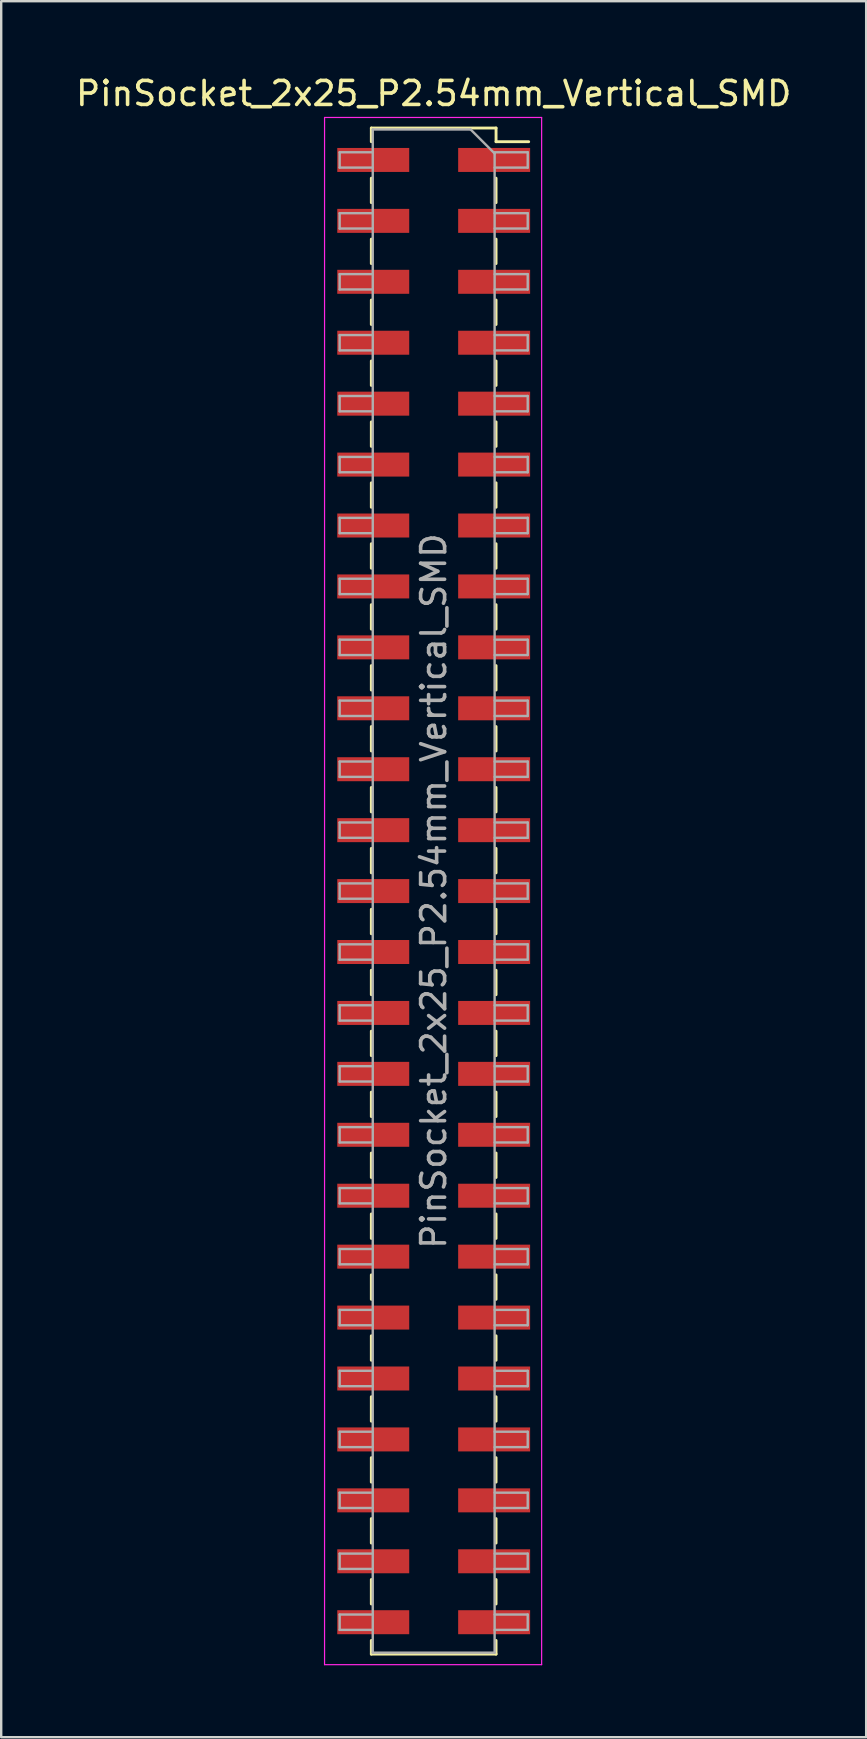
<source format=kicad_pcb>
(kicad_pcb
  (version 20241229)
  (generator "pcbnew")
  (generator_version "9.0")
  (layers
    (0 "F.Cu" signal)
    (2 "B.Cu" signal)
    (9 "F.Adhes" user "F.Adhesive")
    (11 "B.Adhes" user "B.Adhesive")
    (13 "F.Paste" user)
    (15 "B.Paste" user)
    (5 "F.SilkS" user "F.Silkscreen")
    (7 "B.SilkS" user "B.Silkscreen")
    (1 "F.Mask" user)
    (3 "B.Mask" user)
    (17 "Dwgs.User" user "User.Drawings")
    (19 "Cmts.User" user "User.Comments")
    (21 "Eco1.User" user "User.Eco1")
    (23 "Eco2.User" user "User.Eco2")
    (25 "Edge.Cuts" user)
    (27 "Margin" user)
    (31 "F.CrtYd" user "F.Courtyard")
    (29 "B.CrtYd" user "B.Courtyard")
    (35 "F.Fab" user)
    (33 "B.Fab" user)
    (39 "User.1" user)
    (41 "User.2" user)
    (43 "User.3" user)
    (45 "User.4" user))
  (footprint "PinSocket_2x25_P2.54mm_Vertical_SMD"
    (layer "F.Cu")
    (at 15.03 34.098)
    (property "Reference" "PinSocket_2x25_P2.54mm_Vertical_SMD" (at 0 -33.25 0) (layer "F.SilkS") (effects (font (size 1 1) (thickness 0.15))))
    (attr smd)
    (fp_line (start -2.6 -31.81) (end -2.6 -31.24) (stroke (width 0.12) (type solid)) (layer "F.SilkS"))
    (fp_line (start -2.6 -31.81) (end 2.6 -31.81) (stroke (width 0.12) (type solid)) (layer "F.SilkS"))
    (fp_line (start -2.6 -29.72) (end -2.6 -28.7) (stroke (width 0.12) (type solid)) (layer "F.SilkS"))
    (fp_line (start -2.6 -27.18) (end -2.6 -26.16) (stroke (width 0.12) (type solid)) (layer "F.SilkS"))
    (fp_line (start -2.6 -24.64) (end -2.6 -23.62) (stroke (width 0.12) (type solid)) (layer "F.SilkS"))
    (fp_line (start -2.6 -22.1) (end -2.6 -21.08) (stroke (width 0.12) (type solid)) (layer "F.SilkS"))
    (fp_line (start -2.6 -19.56) (end -2.6 -18.54) (stroke (width 0.12) (type solid)) (layer "F.SilkS"))
    (fp_line (start -2.6 -17.02) (end -2.6 -16) (stroke (width 0.12) (type solid)) (layer "F.SilkS"))
    (fp_line (start -2.6 -14.48) (end -2.6 -13.46) (stroke (width 0.12) (type solid)) (layer "F.SilkS"))
    (fp_line (start -2.6 -11.94) (end -2.6 -10.92) (stroke (width 0.12) (type solid)) (layer "F.SilkS"))
    (fp_line (start -2.6 -9.4) (end -2.6 -8.38) (stroke (width 0.12) (type solid)) (layer "F.SilkS"))
    (fp_line (start -2.6 -6.86) (end -2.6 -5.84) (stroke (width 0.12) (type solid)) (layer "F.SilkS"))
    (fp_line (start -2.6 -4.32) (end -2.6 -3.3) (stroke (width 0.12) (type solid)) (layer "F.SilkS"))
    (fp_line (start -2.6 -1.78) (end -2.6 -0.76) (stroke (width 0.12) (type solid)) (layer "F.SilkS"))
    (fp_line (start -2.6 0.76) (end -2.6 1.78) (stroke (width 0.12) (type solid)) (layer "F.SilkS"))
    (fp_line (start -2.6 3.3) (end -2.6 4.32) (stroke (width 0.12) (type solid)) (layer "F.SilkS"))
    (fp_line (start -2.6 5.84) (end -2.6 6.86) (stroke (width 0.12) (type solid)) (layer "F.SilkS"))
    (fp_line (start -2.6 8.38) (end -2.6 9.4) (stroke (width 0.12) (type solid)) (layer "F.SilkS"))
    (fp_line (start -2.6 10.92) (end -2.6 11.94) (stroke (width 0.12) (type solid)) (layer "F.SilkS"))
    (fp_line (start -2.6 13.46) (end -2.6 14.48) (stroke (width 0.12) (type solid)) (layer "F.SilkS"))
    (fp_line (start -2.6 16) (end -2.6 17.02) (stroke (width 0.12) (type solid)) (layer "F.SilkS"))
    (fp_line (start -2.6 18.54) (end -2.6 19.56) (stroke (width 0.12) (type solid)) (layer "F.SilkS"))
    (fp_line (start -2.6 21.08) (end -2.6 22.1) (stroke (width 0.12) (type solid)) (layer "F.SilkS"))
    (fp_line (start -2.6 23.62) (end -2.6 24.64) (stroke (width 0.12) (type solid)) (layer "F.SilkS"))
    (fp_line (start -2.6 26.16) (end -2.6 27.18) (stroke (width 0.12) (type solid)) (layer "F.SilkS"))
    (fp_line (start -2.6 28.7) (end -2.6 29.72) (stroke (width 0.12) (type solid)) (layer "F.SilkS"))
    (fp_line (start -2.6 31.24) (end -2.6 31.81) (stroke (width 0.12) (type solid)) (layer "F.SilkS"))
    (fp_line (start -2.6 31.81) (end 2.6 31.81) (stroke (width 0.12) (type solid)) (layer "F.SilkS"))
    (fp_line (start 2.6 -31.81) (end 2.6 -31.24) (stroke (width 0.12) (type solid)) (layer "F.SilkS"))
    (fp_line (start 2.6 -31.24) (end 3.96 -31.24) (stroke (width 0.12) (type solid)) (layer "F.SilkS"))
    (fp_line (start 2.6 -29.72) (end 2.6 -28.7) (stroke (width 0.12) (type solid)) (layer "F.SilkS"))
    (fp_line (start 2.6 -27.18) (end 2.6 -26.16) (stroke (width 0.12) (type solid)) (layer "F.SilkS"))
    (fp_line (start 2.6 -24.64) (end 2.6 -23.62) (stroke (width 0.12) (type solid)) (layer "F.SilkS"))
    (fp_line (start 2.6 -22.1) (end 2.6 -21.08) (stroke (width 0.12) (type solid)) (layer "F.SilkS"))
    (fp_line (start 2.6 -19.56) (end 2.6 -18.54) (stroke (width 0.12) (type solid)) (layer "F.SilkS"))
    (fp_line (start 2.6 -17.02) (end 2.6 -16) (stroke (width 0.12) (type solid)) (layer "F.SilkS"))
    (fp_line (start 2.6 -14.48) (end 2.6 -13.46) (stroke (width 0.12) (type solid)) (layer "F.SilkS"))
    (fp_line (start 2.6 -11.94) (end 2.6 -10.92) (stroke (width 0.12) (type solid)) (layer "F.SilkS"))
    (fp_line (start 2.6 -9.4) (end 2.6 -8.38) (stroke (width 0.12) (type solid)) (layer "F.SilkS"))
    (fp_line (start 2.6 -6.86) (end 2.6 -5.84) (stroke (width 0.12) (type solid)) (layer "F.SilkS"))
    (fp_line (start 2.6 -4.32) (end 2.6 -3.3) (stroke (width 0.12) (type solid)) (layer "F.SilkS"))
    (fp_line (start 2.6 -1.78) (end 2.6 -0.76) (stroke (width 0.12) (type solid)) (layer "F.SilkS"))
    (fp_line (start 2.6 0.76) (end 2.6 1.78) (stroke (width 0.12) (type solid)) (layer "F.SilkS"))
    (fp_line (start 2.6 3.3) (end 2.6 4.32) (stroke (width 0.12) (type solid)) (layer "F.SilkS"))
    (fp_line (start 2.6 5.84) (end 2.6 6.86) (stroke (width 0.12) (type solid)) (layer "F.SilkS"))
    (fp_line (start 2.6 8.38) (end 2.6 9.4) (stroke (width 0.12) (type solid)) (layer "F.SilkS"))
    (fp_line (start 2.6 10.92) (end 2.6 11.94) (stroke (width 0.12) (type solid)) (layer "F.SilkS"))
    (fp_line (start 2.6 13.46) (end 2.6 14.48) (stroke (width 0.12) (type solid)) (layer "F.SilkS"))
    (fp_line (start 2.6 16) (end 2.6 17.02) (stroke (width 0.12) (type solid)) (layer "F.SilkS"))
    (fp_line (start 2.6 18.54) (end 2.6 19.56) (stroke (width 0.12) (type solid)) (layer "F.SilkS"))
    (fp_line (start 2.6 21.08) (end 2.6 22.1) (stroke (width 0.12) (type solid)) (layer "F.SilkS"))
    (fp_line (start 2.6 23.62) (end 2.6 24.64) (stroke (width 0.12) (type solid)) (layer "F.SilkS"))
    (fp_line (start 2.6 26.16) (end 2.6 27.18) (stroke (width 0.12) (type solid)) (layer "F.SilkS"))
    (fp_line (start 2.6 28.7) (end 2.6 29.72) (stroke (width 0.12) (type solid)) (layer "F.SilkS"))
    (fp_line (start 2.6 31.24) (end 2.6 31.81) (stroke (width 0.12) (type solid)) (layer "F.SilkS"))
    (fp_line (start -4.55 -32.25) (end 4.5 -32.25) (stroke (width 0.05) (type solid)) (layer "F.CrtYd"))
    (fp_line (start -4.55 32.25) (end -4.55 -32.25) (stroke (width 0.05) (type solid)) (layer "F.CrtYd"))
    (fp_line (start 4.5 -32.25) (end 4.5 32.25) (stroke (width 0.05) (type solid)) (layer "F.CrtYd"))
    (fp_line (start 4.5 32.25) (end -4.55 32.25) (stroke (width 0.05) (type solid)) (layer "F.CrtYd"))
    (fp_line (start -3.92 -30.8) (end -2.54 -30.8) (stroke (width 0.1) (type solid)) (layer "F.Fab"))
    (fp_line (start -3.92 -30.16) (end -3.92 -30.8) (stroke (width 0.1) (type solid)) (layer "F.Fab"))
    (fp_line (start -3.92 -28.26) (end -2.54 -28.26) (stroke (width 0.1) (type solid)) (layer "F.Fab"))
    (fp_line (start -3.92 -27.62) (end -3.92 -28.26) (stroke (width 0.1) (type solid)) (layer "F.Fab"))
    (fp_line (start -3.92 -25.72) (end -2.54 -25.72) (stroke (width 0.1) (type solid)) (layer "F.Fab"))
    (fp_line (start -3.92 -25.08) (end -3.92 -25.72) (stroke (width 0.1) (type solid)) (layer "F.Fab"))
    (fp_line (start -3.92 -23.18) (end -2.54 -23.18) (stroke (width 0.1) (type solid)) (layer "F.Fab"))
    (fp_line (start -3.92 -22.54) (end -3.92 -23.18) (stroke (width 0.1) (type solid)) (layer "F.Fab"))
    (fp_line (start -3.92 -20.64) (end -2.54 -20.64) (stroke (width 0.1) (type solid)) (layer "F.Fab"))
    (fp_line (start -3.92 -20) (end -3.92 -20.64) (stroke (width 0.1) (type solid)) (layer "F.Fab"))
    (fp_line (start -3.92 -18.1) (end -2.54 -18.1) (stroke (width 0.1) (type solid)) (layer "F.Fab"))
    (fp_line (start -3.92 -17.46) (end -3.92 -18.1) (stroke (width 0.1) (type solid)) (layer "F.Fab"))
    (fp_line (start -3.92 -15.56) (end -2.54 -15.56) (stroke (width 0.1) (type solid)) (layer "F.Fab"))
    (fp_line (start -3.92 -14.92) (end -3.92 -15.56) (stroke (width 0.1) (type solid)) (layer "F.Fab"))
    (fp_line (start -3.92 -13.02) (end -2.54 -13.02) (stroke (width 0.1) (type solid)) (layer "F.Fab"))
    (fp_line (start -3.92 -12.38) (end -3.92 -13.02) (stroke (width 0.1) (type solid)) (layer "F.Fab"))
    (fp_line (start -3.92 -10.48) (end -2.54 -10.48) (stroke (width 0.1) (type solid)) (layer "F.Fab"))
    (fp_line (start -3.92 -9.84) (end -3.92 -10.48) (stroke (width 0.1) (type solid)) (layer "F.Fab"))
    (fp_line (start -3.92 -7.94) (end -2.54 -7.94) (stroke (width 0.1) (type solid)) (layer "F.Fab"))
    (fp_line (start -3.92 -7.3) (end -3.92 -7.94) (stroke (width 0.1) (type solid)) (layer "F.Fab"))
    (fp_line (start -3.92 -5.4) (end -2.54 -5.4) (stroke (width 0.1) (type solid)) (layer "F.Fab"))
    (fp_line (start -3.92 -4.76) (end -3.92 -5.4) (stroke (width 0.1) (type solid)) (layer "F.Fab"))
    (fp_line (start -3.92 -2.86) (end -2.54 -2.86) (stroke (width 0.1) (type solid)) (layer "F.Fab"))
    (fp_line (start -3.92 -2.22) (end -3.92 -2.86) (stroke (width 0.1) (type solid)) (layer "F.Fab"))
    (fp_line (start -3.92 -0.32) (end -2.54 -0.32) (stroke (width 0.1) (type solid)) (layer "F.Fab"))
    (fp_line (start -3.92 0.32) (end -3.92 -0.32) (stroke (width 0.1) (type solid)) (layer "F.Fab"))
    (fp_line (start -3.92 2.22) (end -2.54 2.22) (stroke (width 0.1) (type solid)) (layer "F.Fab"))
    (fp_line (start -3.92 2.86) (end -3.92 2.22) (stroke (width 0.1) (type solid)) (layer "F.Fab"))
    (fp_line (start -3.92 4.76) (end -2.54 4.76) (stroke (width 0.1) (type solid)) (layer "F.Fab"))
    (fp_line (start -3.92 5.4) (end -3.92 4.76) (stroke (width 0.1) (type solid)) (layer "F.Fab"))
    (fp_line (start -3.92 7.3) (end -2.54 7.3) (stroke (width 0.1) (type solid)) (layer "F.Fab"))
    (fp_line (start -3.92 7.94) (end -3.92 7.3) (stroke (width 0.1) (type solid)) (layer "F.Fab"))
    (fp_line (start -3.92 9.84) (end -2.54 9.84) (stroke (width 0.1) (type solid)) (layer "F.Fab"))
    (fp_line (start -3.92 10.48) (end -3.92 9.84) (stroke (width 0.1) (type solid)) (layer "F.Fab"))
    (fp_line (start -3.92 12.38) (end -2.54 12.38) (stroke (width 0.1) (type solid)) (layer "F.Fab"))
    (fp_line (start -3.92 13.02) (end -3.92 12.38) (stroke (width 0.1) (type solid)) (layer "F.Fab"))
    (fp_line (start -3.92 14.92) (end -2.54 14.92) (stroke (width 0.1) (type solid)) (layer "F.Fab"))
    (fp_line (start -3.92 15.56) (end -3.92 14.92) (stroke (width 0.1) (type solid)) (layer "F.Fab"))
    (fp_line (start -3.92 17.46) (end -2.54 17.46) (stroke (width 0.1) (type solid)) (layer "F.Fab"))
    (fp_line (start -3.92 18.1) (end -3.92 17.46) (stroke (width 0.1) (type solid)) (layer "F.Fab"))
    (fp_line (start -3.92 20) (end -2.54 20) (stroke (width 0.1) (type solid)) (layer "F.Fab"))
    (fp_line (start -3.92 20.64) (end -3.92 20) (stroke (width 0.1) (type solid)) (layer "F.Fab"))
    (fp_line (start -3.92 22.54) (end -2.54 22.54) (stroke (width 0.1) (type solid)) (layer "F.Fab"))
    (fp_line (start -3.92 23.18) (end -3.92 22.54) (stroke (width 0.1) (type solid)) (layer "F.Fab"))
    (fp_line (start -3.92 25.08) (end -2.54 25.08) (stroke (width 0.1) (type solid)) (layer "F.Fab"))
    (fp_line (start -3.92 25.72) (end -3.92 25.08) (stroke (width 0.1) (type solid)) (layer "F.Fab"))
    (fp_line (start -3.92 27.62) (end -2.54 27.62) (stroke (width 0.1) (type solid)) (layer "F.Fab"))
    (fp_line (start -3.92 28.26) (end -3.92 27.62) (stroke (width 0.1) (type solid)) (layer "F.Fab"))
    (fp_line (start -3.92 30.16) (end -2.54 30.16) (stroke (width 0.1) (type solid)) (layer "F.Fab"))
    (fp_line (start -3.92 30.8) (end -3.92 30.16) (stroke (width 0.1) (type solid)) (layer "F.Fab"))
    (fp_line (start -2.54 -31.75) (end 1.54 -31.75) (stroke (width 0.1) (type solid)) (layer "F.Fab"))
    (fp_line (start -2.54 -30.16) (end -3.92 -30.16) (stroke (width 0.1) (type solid)) (layer "F.Fab"))
    (fp_line (start -2.54 -27.62) (end -3.92 -27.62) (stroke (width 0.1) (type solid)) (layer "F.Fab"))
    (fp_line (start -2.54 -25.08) (end -3.92 -25.08) (stroke (width 0.1) (type solid)) (layer "F.Fab"))
    (fp_line (start -2.54 -22.54) (end -3.92 -22.54) (stroke (width 0.1) (type solid)) (layer "F.Fab"))
    (fp_line (start -2.54 -20) (end -3.92 -20) (stroke (width 0.1) (type solid)) (layer "F.Fab"))
    (fp_line (start -2.54 -17.46) (end -3.92 -17.46) (stroke (width 0.1) (type solid)) (layer "F.Fab"))
    (fp_line (start -2.54 -14.92) (end -3.92 -14.92) (stroke (width 0.1) (type solid)) (layer "F.Fab"))
    (fp_line (start -2.54 -12.38) (end -3.92 -12.38) (stroke (width 0.1) (type solid)) (layer "F.Fab"))
    (fp_line (start -2.54 -9.84) (end -3.92 -9.84) (stroke (width 0.1) (type solid)) (layer "F.Fab"))
    (fp_line (start -2.54 -7.3) (end -3.92 -7.3) (stroke (width 0.1) (type solid)) (layer "F.Fab"))
    (fp_line (start -2.54 -4.76) (end -3.92 -4.76) (stroke (width 0.1) (type solid)) (layer "F.Fab"))
    (fp_line (start -2.54 -2.22) (end -3.92 -2.22) (stroke (width 0.1) (type solid)) (layer "F.Fab"))
    (fp_line (start -2.54 0.32) (end -3.92 0.32) (stroke (width 0.1) (type solid)) (layer "F.Fab"))
    (fp_line (start -2.54 2.86) (end -3.92 2.86) (stroke (width 0.1) (type solid)) (layer "F.Fab"))
    (fp_line (start -2.54 5.4) (end -3.92 5.4) (stroke (width 0.1) (type solid)) (layer "F.Fab"))
    (fp_line (start -2.54 7.94) (end -3.92 7.94) (stroke (width 0.1) (type solid)) (layer "F.Fab"))
    (fp_line (start -2.54 10.48) (end -3.92 10.48) (stroke (width 0.1) (type solid)) (layer "F.Fab"))
    (fp_line (start -2.54 13.02) (end -3.92 13.02) (stroke (width 0.1) (type solid)) (layer "F.Fab"))
    (fp_line (start -2.54 15.56) (end -3.92 15.56) (stroke (width 0.1) (type solid)) (layer "F.Fab"))
    (fp_line (start -2.54 18.1) (end -3.92 18.1) (stroke (width 0.1) (type solid)) (layer "F.Fab"))
    (fp_line (start -2.54 20.64) (end -3.92 20.64) (stroke (width 0.1) (type solid)) (layer "F.Fab"))
    (fp_line (start -2.54 23.18) (end -3.92 23.18) (stroke (width 0.1) (type solid)) (layer "F.Fab"))
    (fp_line (start -2.54 25.72) (end -3.92 25.72) (stroke (width 0.1) (type solid)) (layer "F.Fab"))
    (fp_line (start -2.54 28.26) (end -3.92 28.26) (stroke (width 0.1) (type solid)) (layer "F.Fab"))
    (fp_line (start -2.54 30.8) (end -3.92 30.8) (stroke (width 0.1) (type solid)) (layer "F.Fab"))
    (fp_line (start -2.54 31.75) (end -2.54 -31.75) (stroke (width 0.1) (type solid)) (layer "F.Fab"))
    (fp_line (start 1.54 -31.75) (end 2.54 -30.75) (stroke (width 0.1) (type solid)) (layer "F.Fab"))
    (fp_line (start 2.54 -30.8) (end 3.92 -30.8) (stroke (width 0.1) (type solid)) (layer "F.Fab"))
    (fp_line (start 2.54 -30.75) (end 2.54 31.75) (stroke (width 0.1) (type solid)) (layer "F.Fab"))
    (fp_line (start 2.54 -28.26) (end 3.92 -28.26) (stroke (width 0.1) (type solid)) (layer "F.Fab"))
    (fp_line (start 2.54 -25.72) (end 3.92 -25.72) (stroke (width 0.1) (type solid)) (layer "F.Fab"))
    (fp_line (start 2.54 -23.18) (end 3.92 -23.18) (stroke (width 0.1) (type solid)) (layer "F.Fab"))
    (fp_line (start 2.54 -20.64) (end 3.92 -20.64) (stroke (width 0.1) (type solid)) (layer "F.Fab"))
    (fp_line (start 2.54 -18.1) (end 3.92 -18.1) (stroke (width 0.1) (type solid)) (layer "F.Fab"))
    (fp_line (start 2.54 -15.56) (end 3.92 -15.56) (stroke (width 0.1) (type solid)) (layer "F.Fab"))
    (fp_line (start 2.54 -13.02) (end 3.92 -13.02) (stroke (width 0.1) (type solid)) (layer "F.Fab"))
    (fp_line (start 2.54 -10.48) (end 3.92 -10.48) (stroke (width 0.1) (type solid)) (layer "F.Fab"))
    (fp_line (start 2.54 -7.94) (end 3.92 -7.94) (stroke (width 0.1) (type solid)) (layer "F.Fab"))
    (fp_line (start 2.54 -5.4) (end 3.92 -5.4) (stroke (width 0.1) (type solid)) (layer "F.Fab"))
    (fp_line (start 2.54 -2.86) (end 3.92 -2.86) (stroke (width 0.1) (type solid)) (layer "F.Fab"))
    (fp_line (start 2.54 -0.32) (end 3.92 -0.32) (stroke (width 0.1) (type solid)) (layer "F.Fab"))
    (fp_line (start 2.54 2.22) (end 3.92 2.22) (stroke (width 0.1) (type solid)) (layer "F.Fab"))
    (fp_line (start 2.54 4.76) (end 3.92 4.76) (stroke (width 0.1) (type solid)) (layer "F.Fab"))
    (fp_line (start 2.54 7.3) (end 3.92 7.3) (stroke (width 0.1) (type solid)) (layer "F.Fab"))
    (fp_line (start 2.54 9.84) (end 3.92 9.84) (stroke (width 0.1) (type solid)) (layer "F.Fab"))
    (fp_line (start 2.54 12.38) (end 3.92 12.38) (stroke (width 0.1) (type solid)) (layer "F.Fab"))
    (fp_line (start 2.54 14.92) (end 3.92 14.92) (stroke (width 0.1) (type solid)) (layer "F.Fab"))
    (fp_line (start 2.54 17.46) (end 3.92 17.46) (stroke (width 0.1) (type solid)) (layer "F.Fab"))
    (fp_line (start 2.54 20) (end 3.92 20) (stroke (width 0.1) (type solid)) (layer "F.Fab"))
    (fp_line (start 2.54 22.54) (end 3.92 22.54) (stroke (width 0.1) (type solid)) (layer "F.Fab"))
    (fp_line (start 2.54 25.08) (end 3.92 25.08) (stroke (width 0.1) (type solid)) (layer "F.Fab"))
    (fp_line (start 2.54 27.62) (end 3.92 27.62) (stroke (width 0.1) (type solid)) (layer "F.Fab"))
    (fp_line (start 2.54 30.16) (end 3.92 30.16) (stroke (width 0.1) (type solid)) (layer "F.Fab"))
    (fp_line (start 2.54 31.75) (end -2.54 31.75) (stroke (width 0.1) (type solid)) (layer "F.Fab"))
    (fp_line (start 3.92 -30.8) (end 3.92 -30.16) (stroke (width 0.1) (type solid)) (layer "F.Fab"))
    (fp_line (start 3.92 -30.16) (end 2.54 -30.16) (stroke (width 0.1) (type solid)) (layer "F.Fab"))
    (fp_line (start 3.92 -28.26) (end 3.92 -27.62) (stroke (width 0.1) (type solid)) (layer "F.Fab"))
    (fp_line (start 3.92 -27.62) (end 2.54 -27.62) (stroke (width 0.1) (type solid)) (layer "F.Fab"))
    (fp_line (start 3.92 -25.72) (end 3.92 -25.08) (stroke (width 0.1) (type solid)) (layer "F.Fab"))
    (fp_line (start 3.92 -25.08) (end 2.54 -25.08) (stroke (width 0.1) (type solid)) (layer "F.Fab"))
    (fp_line (start 3.92 -23.18) (end 3.92 -22.54) (stroke (width 0.1) (type solid)) (layer "F.Fab"))
    (fp_line (start 3.92 -22.54) (end 2.54 -22.54) (stroke (width 0.1) (type solid)) (layer "F.Fab"))
    (fp_line (start 3.92 -20.64) (end 3.92 -20) (stroke (width 0.1) (type solid)) (layer "F.Fab"))
    (fp_line (start 3.92 -20) (end 2.54 -20) (stroke (width 0.1) (type solid)) (layer "F.Fab"))
    (fp_line (start 3.92 -18.1) (end 3.92 -17.46) (stroke (width 0.1) (type solid)) (layer "F.Fab"))
    (fp_line (start 3.92 -17.46) (end 2.54 -17.46) (stroke (width 0.1) (type solid)) (layer "F.Fab"))
    (fp_line (start 3.92 -15.56) (end 3.92 -14.92) (stroke (width 0.1) (type solid)) (layer "F.Fab"))
    (fp_line (start 3.92 -14.92) (end 2.54 -14.92) (stroke (width 0.1) (type solid)) (layer "F.Fab"))
    (fp_line (start 3.92 -13.02) (end 3.92 -12.38) (stroke (width 0.1) (type solid)) (layer "F.Fab"))
    (fp_line (start 3.92 -12.38) (end 2.54 -12.38) (stroke (width 0.1) (type solid)) (layer "F.Fab"))
    (fp_line (start 3.92 -10.48) (end 3.92 -9.84) (stroke (width 0.1) (type solid)) (layer "F.Fab"))
    (fp_line (start 3.92 -9.84) (end 2.54 -9.84) (stroke (width 0.1) (type solid)) (layer "F.Fab"))
    (fp_line (start 3.92 -7.94) (end 3.92 -7.3) (stroke (width 0.1) (type solid)) (layer "F.Fab"))
    (fp_line (start 3.92 -7.3) (end 2.54 -7.3) (stroke (width 0.1) (type solid)) (layer "F.Fab"))
    (fp_line (start 3.92 -5.4) (end 3.92 -4.76) (stroke (width 0.1) (type solid)) (layer "F.Fab"))
    (fp_line (start 3.92 -4.76) (end 2.54 -4.76) (stroke (width 0.1) (type solid)) (layer "F.Fab"))
    (fp_line (start 3.92 -2.86) (end 3.92 -2.22) (stroke (width 0.1) (type solid)) (layer "F.Fab"))
    (fp_line (start 3.92 -2.22) (end 2.54 -2.22) (stroke (width 0.1) (type solid)) (layer "F.Fab"))
    (fp_line (start 3.92 -0.32) (end 3.92 0.32) (stroke (width 0.1) (type solid)) (layer "F.Fab"))
    (fp_line (start 3.92 0.32) (end 2.54 0.32) (stroke (width 0.1) (type solid)) (layer "F.Fab"))
    (fp_line (start 3.92 2.22) (end 3.92 2.86) (stroke (width 0.1) (type solid)) (layer "F.Fab"))
    (fp_line (start 3.92 2.86) (end 2.54 2.86) (stroke (width 0.1) (type solid)) (layer "F.Fab"))
    (fp_line (start 3.92 4.76) (end 3.92 5.4) (stroke (width 0.1) (type solid)) (layer "F.Fab"))
    (fp_line (start 3.92 5.4) (end 2.54 5.4) (stroke (width 0.1) (type solid)) (layer "F.Fab"))
    (fp_line (start 3.92 7.3) (end 3.92 7.94) (stroke (width 0.1) (type solid)) (layer "F.Fab"))
    (fp_line (start 3.92 7.94) (end 2.54 7.94) (stroke (width 0.1) (type solid)) (layer "F.Fab"))
    (fp_line (start 3.92 9.84) (end 3.92 10.48) (stroke (width 0.1) (type solid)) (layer "F.Fab"))
    (fp_line (start 3.92 10.48) (end 2.54 10.48) (stroke (width 0.1) (type solid)) (layer "F.Fab"))
    (fp_line (start 3.92 12.38) (end 3.92 13.02) (stroke (width 0.1) (type solid)) (layer "F.Fab"))
    (fp_line (start 3.92 13.02) (end 2.54 13.02) (stroke (width 0.1) (type solid)) (layer "F.Fab"))
    (fp_line (start 3.92 14.92) (end 3.92 15.56) (stroke (width 0.1) (type solid)) (layer "F.Fab"))
    (fp_line (start 3.92 15.56) (end 2.54 15.56) (stroke (width 0.1) (type solid)) (layer "F.Fab"))
    (fp_line (start 3.92 17.46) (end 3.92 18.1) (stroke (width 0.1) (type solid)) (layer "F.Fab"))
    (fp_line (start 3.92 18.1) (end 2.54 18.1) (stroke (width 0.1) (type solid)) (layer "F.Fab"))
    (fp_line (start 3.92 20) (end 3.92 20.64) (stroke (width 0.1) (type solid)) (layer "F.Fab"))
    (fp_line (start 3.92 20.64) (end 2.54 20.64) (stroke (width 0.1) (type solid)) (layer "F.Fab"))
    (fp_line (start 3.92 22.54) (end 3.92 23.18) (stroke (width 0.1) (type solid)) (layer "F.Fab"))
    (fp_line (start 3.92 23.18) (end 2.54 23.18) (stroke (width 0.1) (type solid)) (layer "F.Fab"))
    (fp_line (start 3.92 25.08) (end 3.92 25.72) (stroke (width 0.1) (type solid)) (layer "F.Fab"))
    (fp_line (start 3.92 25.72) (end 2.54 25.72) (stroke (width 0.1) (type solid)) (layer "F.Fab"))
    (fp_line (start 3.92 27.62) (end 3.92 28.26) (stroke (width 0.1) (type solid)) (layer "F.Fab"))
    (fp_line (start 3.92 28.26) (end 2.54 28.26) (stroke (width 0.1) (type solid)) (layer "F.Fab"))
    (fp_line (start 3.92 30.16) (end 3.92 30.8) (stroke (width 0.1) (type solid)) (layer "F.Fab"))
    (fp_line (start 3.92 30.8) (end 2.54 30.8) (stroke (width 0.1) (type solid)) (layer "F.Fab"))
    (fp_text user "${REFERENCE}" (at 0 0 90) (layer "F.Fab") (effects (font (size 1 1) (thickness 0.15))))
    (pad "1" smd rect (at 2.52 -30.48) (size 3 1) (layers "F.Cu" "F.Mask" "F.Paste"))
    (pad "2" smd rect (at -2.52 -30.48) (size 3 1) (layers "F.Cu" "F.Mask" "F.Paste"))
    (pad "3" smd rect (at 2.52 -27.94) (size 3 1) (layers "F.Cu" "F.Mask" "F.Paste"))
    (pad "4" smd rect (at -2.52 -27.94) (size 3 1) (layers "F.Cu" "F.Mask" "F.Paste"))
    (pad "5" smd rect (at 2.52 -25.4) (size 3 1) (layers "F.Cu" "F.Mask" "F.Paste"))
    (pad "6" smd rect (at -2.52 -25.4) (size 3 1) (layers "F.Cu" "F.Mask" "F.Paste"))
    (pad "7" smd rect (at 2.52 -22.86) (size 3 1) (layers "F.Cu" "F.Mask" "F.Paste"))
    (pad "8" smd rect (at -2.52 -22.86) (size 3 1) (layers "F.Cu" "F.Mask" "F.Paste"))
    (pad "9" smd rect (at 2.52 -20.32) (size 3 1) (layers "F.Cu" "F.Mask" "F.Paste"))
    (pad "10" smd rect (at -2.52 -20.32) (size 3 1) (layers "F.Cu" "F.Mask" "F.Paste"))
    (pad "11" smd rect (at 2.52 -17.78) (size 3 1) (layers "F.Cu" "F.Mask" "F.Paste"))
    (pad "12" smd rect (at -2.52 -17.78) (size 3 1) (layers "F.Cu" "F.Mask" "F.Paste"))
    (pad "13" smd rect (at 2.52 -15.24) (size 3 1) (layers "F.Cu" "F.Mask" "F.Paste"))
    (pad "14" smd rect (at -2.52 -15.24) (size 3 1) (layers "F.Cu" "F.Mask" "F.Paste"))
    (pad "15" smd rect (at 2.52 -12.7) (size 3 1) (layers "F.Cu" "F.Mask" "F.Paste"))
    (pad "16" smd rect (at -2.52 -12.7) (size 3 1) (layers "F.Cu" "F.Mask" "F.Paste"))
    (pad "17" smd rect (at 2.52 -10.16) (size 3 1) (layers "F.Cu" "F.Mask" "F.Paste"))
    (pad "18" smd rect (at -2.52 -10.16) (size 3 1) (layers "F.Cu" "F.Mask" "F.Paste"))
    (pad "19" smd rect (at 2.52 -7.62) (size 3 1) (layers "F.Cu" "F.Mask" "F.Paste"))
    (pad "20" smd rect (at -2.52 -7.62) (size 3 1) (layers "F.Cu" "F.Mask" "F.Paste"))
    (pad "21" smd rect (at 2.52 -5.08) (size 3 1) (layers "F.Cu" "F.Mask" "F.Paste"))
    (pad "22" smd rect (at -2.52 -5.08) (size 3 1) (layers "F.Cu" "F.Mask" "F.Paste"))
    (pad "23" smd rect (at 2.52 -2.54) (size 3 1) (layers "F.Cu" "F.Mask" "F.Paste"))
    (pad "24" smd rect (at -2.52 -2.54) (size 3 1) (layers "F.Cu" "F.Mask" "F.Paste"))
    (pad "25" smd rect (at 2.52 0) (size 3 1) (layers "F.Cu" "F.Mask" "F.Paste"))
    (pad "26" smd rect (at -2.52 0) (size 3 1) (layers "F.Cu" "F.Mask" "F.Paste"))
    (pad "27" smd rect (at 2.52 2.54) (size 3 1) (layers "F.Cu" "F.Mask" "F.Paste"))
    (pad "28" smd rect (at -2.52 2.54) (size 3 1) (layers "F.Cu" "F.Mask" "F.Paste"))
    (pad "29" smd rect (at 2.52 5.08) (size 3 1) (layers "F.Cu" "F.Mask" "F.Paste"))
    (pad "30" smd rect (at -2.52 5.08) (size 3 1) (layers "F.Cu" "F.Mask" "F.Paste"))
    (pad "31" smd rect (at 2.52 7.62) (size 3 1) (layers "F.Cu" "F.Mask" "F.Paste"))
    (pad "32" smd rect (at -2.52 7.62) (size 3 1) (layers "F.Cu" "F.Mask" "F.Paste"))
    (pad "33" smd rect (at 2.52 10.16) (size 3 1) (layers "F.Cu" "F.Mask" "F.Paste"))
    (pad "34" smd rect (at -2.52 10.16) (size 3 1) (layers "F.Cu" "F.Mask" "F.Paste"))
    (pad "35" smd rect (at 2.52 12.7) (size 3 1) (layers "F.Cu" "F.Mask" "F.Paste"))
    (pad "36" smd rect (at -2.52 12.7) (size 3 1) (layers "F.Cu" "F.Mask" "F.Paste"))
    (pad "37" smd rect (at 2.52 15.24) (size 3 1) (layers "F.Cu" "F.Mask" "F.Paste"))
    (pad "38" smd rect (at -2.52 15.24) (size 3 1) (layers "F.Cu" "F.Mask" "F.Paste"))
    (pad "39" smd rect (at 2.52 17.78) (size 3 1) (layers "F.Cu" "F.Mask" "F.Paste"))
    (pad "40" smd rect (at -2.52 17.78) (size 3 1) (layers "F.Cu" "F.Mask" "F.Paste"))
    (pad "41" smd rect (at 2.52 20.32) (size 3 1) (layers "F.Cu" "F.Mask" "F.Paste"))
    (pad "42" smd rect (at -2.52 20.32) (size 3 1) (layers "F.Cu" "F.Mask" "F.Paste"))
    (pad "43" smd rect (at 2.52 22.86) (size 3 1) (layers "F.Cu" "F.Mask" "F.Paste"))
    (pad "44" smd rect (at -2.52 22.86) (size 3 1) (layers "F.Cu" "F.Mask" "F.Paste"))
    (pad "45" smd rect (at 2.52 25.4) (size 3 1) (layers "F.Cu" "F.Mask" "F.Paste"))
    (pad "46" smd rect (at -2.52 25.4) (size 3 1) (layers "F.Cu" "F.Mask" "F.Paste"))
    (pad "47" smd rect (at 2.52 27.94) (size 3 1) (layers "F.Cu" "F.Mask" "F.Paste"))
    (pad "48" smd rect (at -2.52 27.94) (size 3 1) (layers "F.Cu" "F.Mask" "F.Paste"))
    (pad "49" smd rect (at 2.52 30.48) (size 3 1) (layers "F.Cu" "F.Mask" "F.Paste"))
    (pad "50" smd rect (at -2.52 30.48) (size 3 1) (layers "F.Cu" "F.Mask" "F.Paste")))
  (gr_rect
    (start -3 -3)
    (end 33.06 69.373)
    (stroke (width 0.1) (type default))
    (fill no)
    (layer "Edge.Cuts")))
</source>
